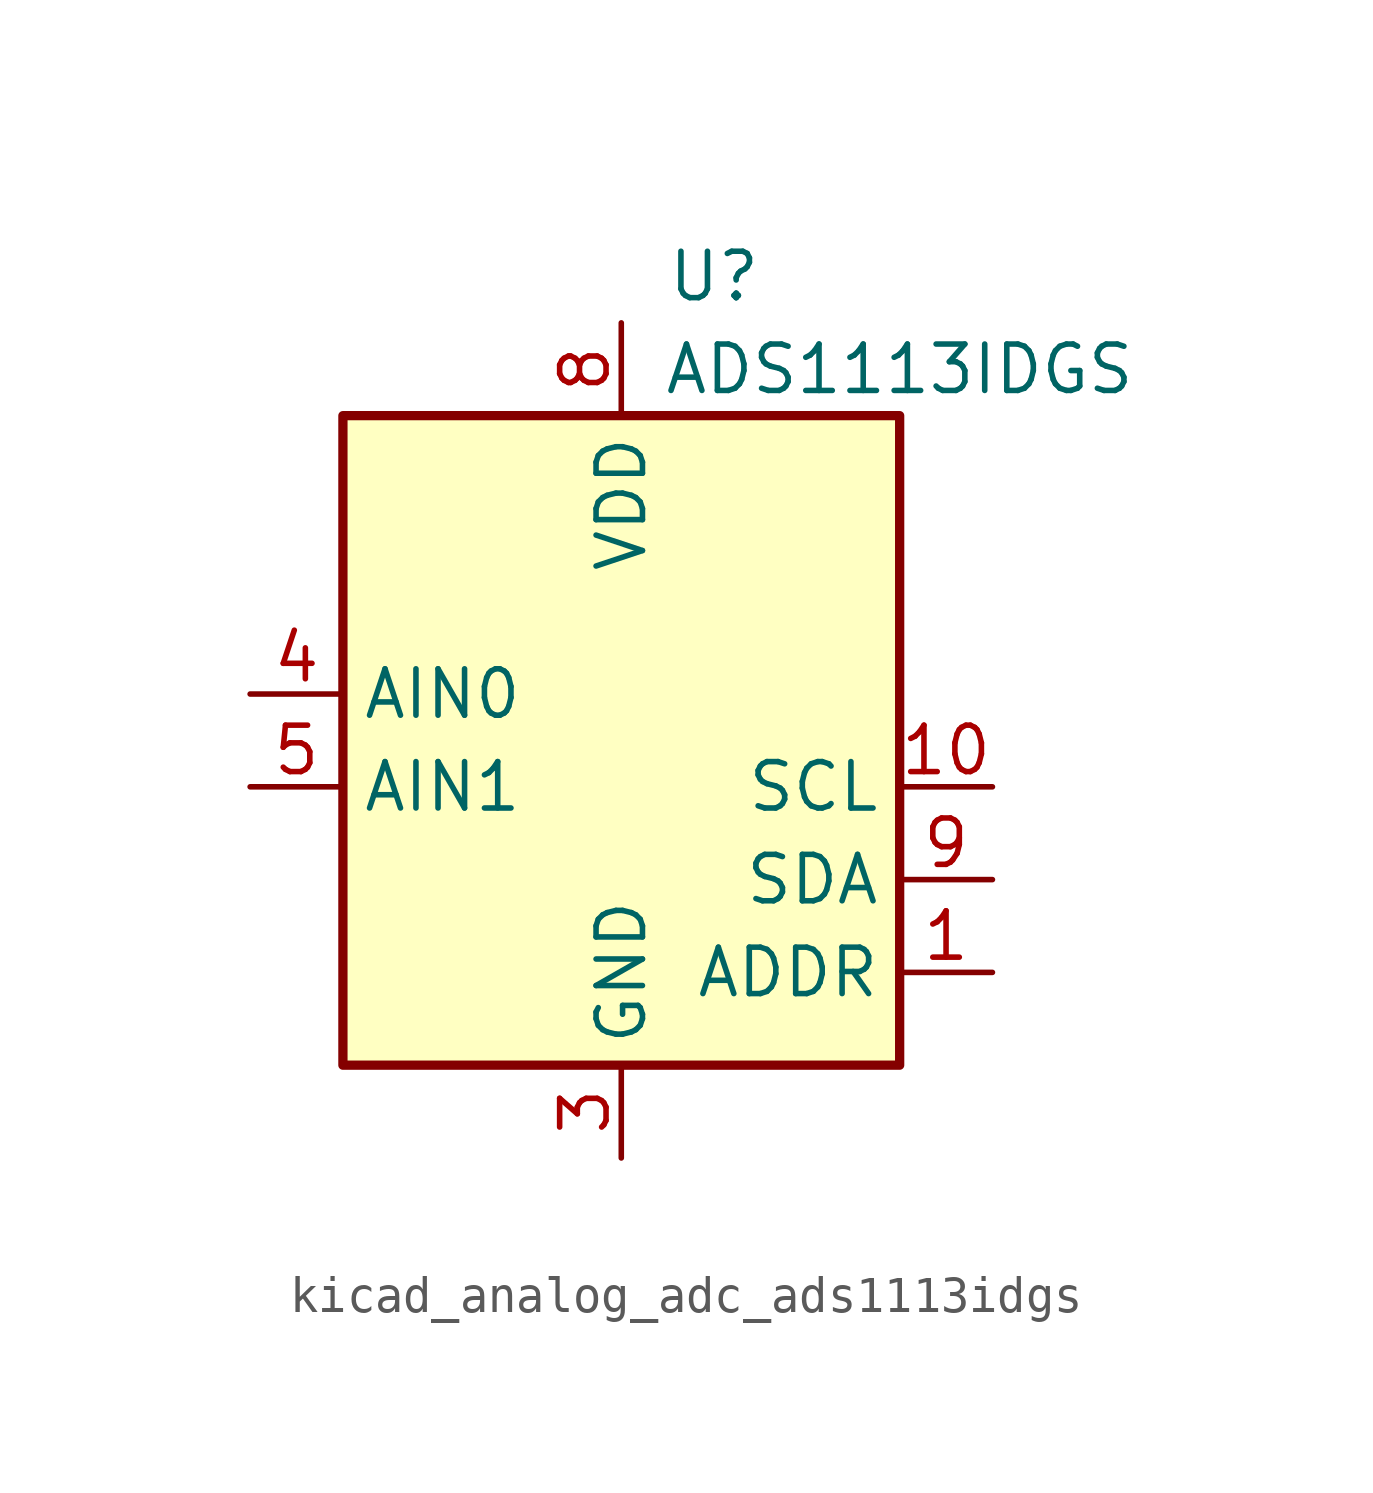
<source format=kicad_sym>
(kicad_symbol_lib
  (version 20220914)
  (generator kicad_symbol_editor)
  (symbol "kicad_analog_adc_ads1113idgs"
    (property "Reference" "U"
      (at 2.54 13.97 0)
      (effects (font (size 1.27 1.27))))
    (property "Value" "ADS1113IDGS"
      (at 7.62 11.43 0)
      (effects (font (size 1.27 1.27))))
    (symbol "kicad_analog_adc_ads1113idgs_0_1"
      (rectangle (start -7.62 10.16) (end 7.62 -7.62) (stroke (width 0.254) (type default)) (fill (type background))))
    (symbol "kicad_analog_adc_ads1113idgs_1_1"
      (pin input line (at 10.16 -5.08 180) (length 2.54) (name "ADDR" (effects (font (size 1.27 1.27)))) (number "1" (effects (font (size 1.27 1.27)))))
      (pin input line (at 10.16 0 180) (length 2.54) (name "SCL" (effects (font (size 1.27 1.27)))) (number "10" (effects (font (size 1.27 1.27)))))
      (pin no_connect line (at 7.62 7.62 180) (length 2.54) hide (name "~" (effects (font (size 1.27 1.27)))) (number "2" (effects (font (size 1.27 1.27)))))
      (pin power_in line (at 0 -10.16 90) (length 2.54) (name "GND" (effects (font (size 1.27 1.27)))) (number "3" (effects (font (size 1.27 1.27)))))
      (pin input line (at -10.16 2.54 0) (length 2.54) (name "AIN0" (effects (font (size 1.27 1.27)))) (number "4" (effects (font (size 1.27 1.27)))))
      (pin input line (at -10.16 0 0) (length 2.54) (name "AIN1" (effects (font (size 1.27 1.27)))) (number "5" (effects (font (size 1.27 1.27)))))
      (pin no_connect line (at 7.62 5.08 180) (length 2.54) hide (name "~" (effects (font (size 1.27 1.27)))) (number "6" (effects (font (size 1.27 1.27)))))
      (pin no_connect line (at 7.62 2.54 180) (length 2.54) hide (name "~" (effects (font (size 1.27 1.27)))) (number "7" (effects (font (size 1.27 1.27)))))
      (pin power_in line (at 0 12.7 270) (length 2.54) (name "VDD" (effects (font (size 1.27 1.27)))) (number "8" (effects (font (size 1.27 1.27)))))
      (pin bidirectional line (at 10.16 -2.54 180) (length 2.54) (name "SDA" (effects (font (size 1.27 1.27)))) (number "9" (effects (font (size 1.27 1.27))))))))
</source>
